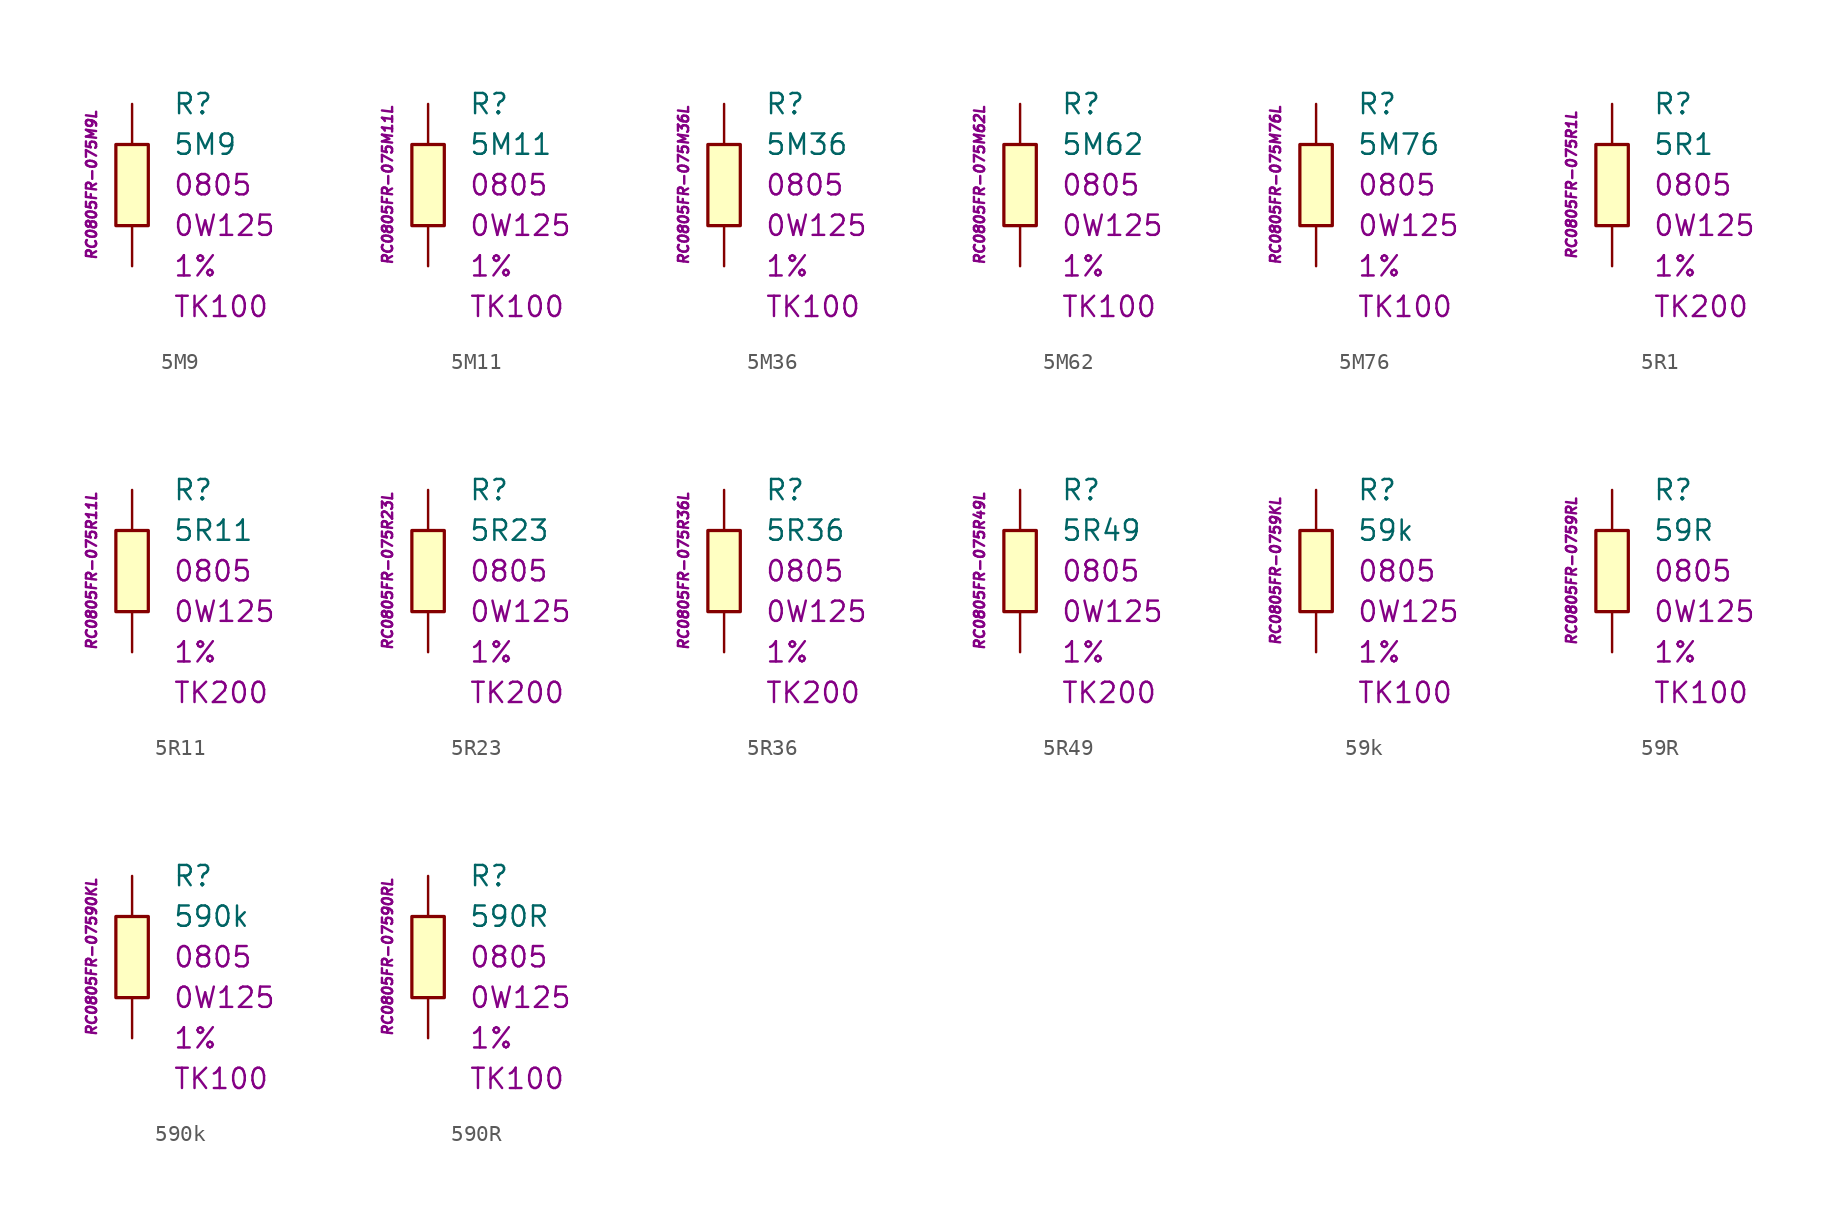
<source format=kicad_sym>
(kicad_symbol_lib
  (version 20201005)
  (generator kicad_symbol_editor)
  (symbol "5M9"
    (pin_numbers hide)
    (pin_names
      (offset 1.016) hide)
    (property "Reference" "R"
      (at 2.54 5.08 0)
      (effects (font (size 1.27 1.27)) (justify left)))
    (property "Value" "5M9"
      (at 2.54 2.54 0)
      (effects (font (size 1.27 1.27)) (justify left)))
    (property "Package" "0805"
      (at 2.54 0 0)
      (effects (font (size 1.27 1.27)) (justify left)))
    (property "Power" "0W125"
      (at 2.54 -2.54 0)
      (effects (font (size 1.27 1.27)) (justify left)))
    (property "Tolerance" "1%"
      (at 2.54 -5.08 0)
      (effects (font (size 1.27 1.27)) (justify left)))
    (property "TK" "TK100"
      (at 2.54 -7.62 0)
      (effects (font (size 1.27 1.27)) (justify left)))
    (property "ID" "RC0805FR-075M9L"
      (at -2.54 0 90)
      (effects (font (size 0.635 0.635) italic)))
    (symbol "5M9_0_1"
      (rectangle (start -1.016 2.54) (end 1.016 -2.54) (stroke (width 0.203)) (fill (type background))))
    (symbol "5M9_1_1"
      (pin passive line (at 0 5.08 270) (length 2.54) (name "~" (effects (font (size 1.778 1.778)))) (number "1" (effects (font (size 1.778 1.778)))))
      (pin passive line (at 0 -5.08 90) (length 2.54) (name "~" (effects (font (size 1.778 1.778)))) (number "2" (effects (font (size 1.778 1.778)))))))
  (symbol "5M11"
    (pin_numbers hide)
    (pin_names
      (offset 1.016) hide)
    (property "Reference" "R"
      (at 2.54 5.08 0)
      (effects (font (size 1.27 1.27)) (justify left)))
    (property "Value" "5M11"
      (at 2.54 2.54 0)
      (effects (font (size 1.27 1.27)) (justify left)))
    (property "Package" "0805"
      (at 2.54 0 0)
      (effects (font (size 1.27 1.27)) (justify left)))
    (property "Power" "0W125"
      (at 2.54 -2.54 0)
      (effects (font (size 1.27 1.27)) (justify left)))
    (property "Tolerance" "1%"
      (at 2.54 -5.08 0)
      (effects (font (size 1.27 1.27)) (justify left)))
    (property "TK" "TK100"
      (at 2.54 -7.62 0)
      (effects (font (size 1.27 1.27)) (justify left)))
    (property "ID" "RC0805FR-075M11L"
      (at -2.54 0 90)
      (effects (font (size 0.635 0.635) italic)))
    (symbol "5M11_0_1"
      (rectangle (start -1.016 2.54) (end 1.016 -2.54) (stroke (width 0.203)) (fill (type background))))
    (symbol "5M11_1_1"
      (pin passive line (at 0 5.08 270) (length 2.54) (name "~" (effects (font (size 1.778 1.778)))) (number "1" (effects (font (size 1.778 1.778)))))
      (pin passive line (at 0 -5.08 90) (length 2.54) (name "~" (effects (font (size 1.778 1.778)))) (number "2" (effects (font (size 1.778 1.778)))))))
  (symbol "5M36"
    (pin_numbers hide)
    (pin_names
      (offset 1.016) hide)
    (property "Reference" "R"
      (at 2.54 5.08 0)
      (effects (font (size 1.27 1.27)) (justify left)))
    (property "Value" "5M36"
      (at 2.54 2.54 0)
      (effects (font (size 1.27 1.27)) (justify left)))
    (property "Package" "0805"
      (at 2.54 0 0)
      (effects (font (size 1.27 1.27)) (justify left)))
    (property "Power" "0W125"
      (at 2.54 -2.54 0)
      (effects (font (size 1.27 1.27)) (justify left)))
    (property "Tolerance" "1%"
      (at 2.54 -5.08 0)
      (effects (font (size 1.27 1.27)) (justify left)))
    (property "TK" "TK100"
      (at 2.54 -7.62 0)
      (effects (font (size 1.27 1.27)) (justify left)))
    (property "ID" "RC0805FR-075M36L"
      (at -2.54 0 90)
      (effects (font (size 0.635 0.635) italic)))
    (symbol "5M36_0_1"
      (rectangle (start -1.016 2.54) (end 1.016 -2.54) (stroke (width 0.203)) (fill (type background))))
    (symbol "5M36_1_1"
      (pin passive line (at 0 5.08 270) (length 2.54) (name "~" (effects (font (size 1.778 1.778)))) (number "1" (effects (font (size 1.778 1.778)))))
      (pin passive line (at 0 -5.08 90) (length 2.54) (name "~" (effects (font (size 1.778 1.778)))) (number "2" (effects (font (size 1.778 1.778)))))))
  (symbol "5M62"
    (pin_numbers hide)
    (pin_names
      (offset 1.016) hide)
    (property "Reference" "R"
      (at 2.54 5.08 0)
      (effects (font (size 1.27 1.27)) (justify left)))
    (property "Value" "5M62"
      (at 2.54 2.54 0)
      (effects (font (size 1.27 1.27)) (justify left)))
    (property "Package" "0805"
      (at 2.54 0 0)
      (effects (font (size 1.27 1.27)) (justify left)))
    (property "Power" "0W125"
      (at 2.54 -2.54 0)
      (effects (font (size 1.27 1.27)) (justify left)))
    (property "Tolerance" "1%"
      (at 2.54 -5.08 0)
      (effects (font (size 1.27 1.27)) (justify left)))
    (property "TK" "TK100"
      (at 2.54 -7.62 0)
      (effects (font (size 1.27 1.27)) (justify left)))
    (property "ID" "RC0805FR-075M62L"
      (at -2.54 0 90)
      (effects (font (size 0.635 0.635) italic)))
    (symbol "5M62_0_1"
      (rectangle (start -1.016 2.54) (end 1.016 -2.54) (stroke (width 0.203)) (fill (type background))))
    (symbol "5M62_1_1"
      (pin passive line (at 0 5.08 270) (length 2.54) (name "~" (effects (font (size 1.778 1.778)))) (number "1" (effects (font (size 1.778 1.778)))))
      (pin passive line (at 0 -5.08 90) (length 2.54) (name "~" (effects (font (size 1.778 1.778)))) (number "2" (effects (font (size 1.778 1.778)))))))
  (symbol "5M76"
    (pin_numbers hide)
    (pin_names
      (offset 1.016) hide)
    (property "Reference" "R"
      (at 2.54 5.08 0)
      (effects (font (size 1.27 1.27)) (justify left)))
    (property "Value" "5M76"
      (at 2.54 2.54 0)
      (effects (font (size 1.27 1.27)) (justify left)))
    (property "Package" "0805"
      (at 2.54 0 0)
      (effects (font (size 1.27 1.27)) (justify left)))
    (property "Power" "0W125"
      (at 2.54 -2.54 0)
      (effects (font (size 1.27 1.27)) (justify left)))
    (property "Tolerance" "1%"
      (at 2.54 -5.08 0)
      (effects (font (size 1.27 1.27)) (justify left)))
    (property "TK" "TK100"
      (at 2.54 -7.62 0)
      (effects (font (size 1.27 1.27)) (justify left)))
    (property "ID" "RC0805FR-075M76L"
      (at -2.54 0 90)
      (effects (font (size 0.635 0.635) italic)))
    (symbol "5M76_0_1"
      (rectangle (start -1.016 2.54) (end 1.016 -2.54) (stroke (width 0.203)) (fill (type background))))
    (symbol "5M76_1_1"
      (pin passive line (at 0 5.08 270) (length 2.54) (name "~" (effects (font (size 1.778 1.778)))) (number "1" (effects (font (size 1.778 1.778)))))
      (pin passive line (at 0 -5.08 90) (length 2.54) (name "~" (effects (font (size 1.778 1.778)))) (number "2" (effects (font (size 1.778 1.778)))))))
  (symbol "5R1"
    (pin_numbers hide)
    (pin_names
      (offset 1.016) hide)
    (property "Reference" "R"
      (at 2.54 5.08 0)
      (effects (font (size 1.27 1.27)) (justify left)))
    (property "Value" "5R1"
      (at 2.54 2.54 0)
      (effects (font (size 1.27 1.27)) (justify left)))
    (property "Package" "0805"
      (at 2.54 0 0)
      (effects (font (size 1.27 1.27)) (justify left)))
    (property "Power" "0W125"
      (at 2.54 -2.54 0)
      (effects (font (size 1.27 1.27)) (justify left)))
    (property "Tolerance" "1%"
      (at 2.54 -5.08 0)
      (effects (font (size 1.27 1.27)) (justify left)))
    (property "TK" "TK200"
      (at 2.54 -7.62 0)
      (effects (font (size 1.27 1.27)) (justify left)))
    (property "ID" "RC0805FR-075R1L"
      (at -2.54 0 90)
      (effects (font (size 0.635 0.635) italic)))
    (symbol "5R1_0_1"
      (rectangle (start -1.016 2.54) (end 1.016 -2.54) (stroke (width 0.203)) (fill (type background))))
    (symbol "5R1_1_1"
      (pin passive line (at 0 5.08 270) (length 2.54) (name "~" (effects (font (size 1.778 1.778)))) (number "1" (effects (font (size 1.778 1.778)))))
      (pin passive line (at 0 -5.08 90) (length 2.54) (name "~" (effects (font (size 1.778 1.778)))) (number "2" (effects (font (size 1.778 1.778)))))))
  (symbol "5R11"
    (pin_numbers hide)
    (pin_names
      (offset 1.016) hide)
    (property "Reference" "R"
      (at 2.54 5.08 0)
      (effects (font (size 1.27 1.27)) (justify left)))
    (property "Value" "5R11"
      (at 2.54 2.54 0)
      (effects (font (size 1.27 1.27)) (justify left)))
    (property "Package" "0805"
      (at 2.54 0 0)
      (effects (font (size 1.27 1.27)) (justify left)))
    (property "Power" "0W125"
      (at 2.54 -2.54 0)
      (effects (font (size 1.27 1.27)) (justify left)))
    (property "Tolerance" "1%"
      (at 2.54 -5.08 0)
      (effects (font (size 1.27 1.27)) (justify left)))
    (property "TK" "TK200"
      (at 2.54 -7.62 0)
      (effects (font (size 1.27 1.27)) (justify left)))
    (property "ID" "RC0805FR-075R11L"
      (at -2.54 0 90)
      (effects (font (size 0.635 0.635) italic)))
    (symbol "5R11_0_1"
      (rectangle (start -1.016 2.54) (end 1.016 -2.54) (stroke (width 0.203)) (fill (type background))))
    (symbol "5R11_1_1"
      (pin passive line (at 0 5.08 270) (length 2.54) (name "~" (effects (font (size 1.778 1.778)))) (number "1" (effects (font (size 1.778 1.778)))))
      (pin passive line (at 0 -5.08 90) (length 2.54) (name "~" (effects (font (size 1.778 1.778)))) (number "2" (effects (font (size 1.778 1.778)))))))
  (symbol "5R23"
    (pin_numbers hide)
    (pin_names
      (offset 1.016) hide)
    (property "Reference" "R"
      (at 2.54 5.08 0)
      (effects (font (size 1.27 1.27)) (justify left)))
    (property "Value" "5R23"
      (at 2.54 2.54 0)
      (effects (font (size 1.27 1.27)) (justify left)))
    (property "Package" "0805"
      (at 2.54 0 0)
      (effects (font (size 1.27 1.27)) (justify left)))
    (property "Power" "0W125"
      (at 2.54 -2.54 0)
      (effects (font (size 1.27 1.27)) (justify left)))
    (property "Tolerance" "1%"
      (at 2.54 -5.08 0)
      (effects (font (size 1.27 1.27)) (justify left)))
    (property "TK" "TK200"
      (at 2.54 -7.62 0)
      (effects (font (size 1.27 1.27)) (justify left)))
    (property "ID" "RC0805FR-075R23L"
      (at -2.54 0 90)
      (effects (font (size 0.635 0.635) italic)))
    (symbol "5R23_0_1"
      (rectangle (start -1.016 2.54) (end 1.016 -2.54) (stroke (width 0.203)) (fill (type background))))
    (symbol "5R23_1_1"
      (pin passive line (at 0 5.08 270) (length 2.54) (name "~" (effects (font (size 1.778 1.778)))) (number "1" (effects (font (size 1.778 1.778)))))
      (pin passive line (at 0 -5.08 90) (length 2.54) (name "~" (effects (font (size 1.778 1.778)))) (number "2" (effects (font (size 1.778 1.778)))))))
  (symbol "5R36"
    (pin_numbers hide)
    (pin_names
      (offset 1.016) hide)
    (property "Reference" "R"
      (at 2.54 5.08 0)
      (effects (font (size 1.27 1.27)) (justify left)))
    (property "Value" "5R36"
      (at 2.54 2.54 0)
      (effects (font (size 1.27 1.27)) (justify left)))
    (property "Package" "0805"
      (at 2.54 0 0)
      (effects (font (size 1.27 1.27)) (justify left)))
    (property "Power" "0W125"
      (at 2.54 -2.54 0)
      (effects (font (size 1.27 1.27)) (justify left)))
    (property "Tolerance" "1%"
      (at 2.54 -5.08 0)
      (effects (font (size 1.27 1.27)) (justify left)))
    (property "TK" "TK200"
      (at 2.54 -7.62 0)
      (effects (font (size 1.27 1.27)) (justify left)))
    (property "ID" "RC0805FR-075R36L"
      (at -2.54 0 90)
      (effects (font (size 0.635 0.635) italic)))
    (symbol "5R36_0_1"
      (rectangle (start -1.016 2.54) (end 1.016 -2.54) (stroke (width 0.203)) (fill (type background))))
    (symbol "5R36_1_1"
      (pin passive line (at 0 5.08 270) (length 2.54) (name "~" (effects (font (size 1.778 1.778)))) (number "1" (effects (font (size 1.778 1.778)))))
      (pin passive line (at 0 -5.08 90) (length 2.54) (name "~" (effects (font (size 1.778 1.778)))) (number "2" (effects (font (size 1.778 1.778)))))))
  (symbol "5R49"
    (pin_numbers hide)
    (pin_names
      (offset 1.016) hide)
    (property "Reference" "R"
      (at 2.54 5.08 0)
      (effects (font (size 1.27 1.27)) (justify left)))
    (property "Value" "5R49"
      (at 2.54 2.54 0)
      (effects (font (size 1.27 1.27)) (justify left)))
    (property "Package" "0805"
      (at 2.54 0 0)
      (effects (font (size 1.27 1.27)) (justify left)))
    (property "Power" "0W125"
      (at 2.54 -2.54 0)
      (effects (font (size 1.27 1.27)) (justify left)))
    (property "Tolerance" "1%"
      (at 2.54 -5.08 0)
      (effects (font (size 1.27 1.27)) (justify left)))
    (property "TK" "TK200"
      (at 2.54 -7.62 0)
      (effects (font (size 1.27 1.27)) (justify left)))
    (property "ID" "RC0805FR-075R49L"
      (at -2.54 0 90)
      (effects (font (size 0.635 0.635) italic)))
    (symbol "5R49_0_1"
      (rectangle (start -1.016 2.54) (end 1.016 -2.54) (stroke (width 0.203)) (fill (type background))))
    (symbol "5R49_1_1"
      (pin passive line (at 0 5.08 270) (length 2.54) (name "~" (effects (font (size 1.778 1.778)))) (number "1" (effects (font (size 1.778 1.778)))))
      (pin passive line (at 0 -5.08 90) (length 2.54) (name "~" (effects (font (size 1.778 1.778)))) (number "2" (effects (font (size 1.778 1.778)))))))
  (symbol "59k"
    (pin_numbers hide)
    (pin_names
      (offset 1.016) hide)
    (property "Reference" "R"
      (at 2.54 5.08 0)
      (effects (font (size 1.27 1.27)) (justify left)))
    (property "Value" "59k"
      (at 2.54 2.54 0)
      (effects (font (size 1.27 1.27)) (justify left)))
    (property "Package" "0805"
      (at 2.54 0 0)
      (effects (font (size 1.27 1.27)) (justify left)))
    (property "Power" "0W125"
      (at 2.54 -2.54 0)
      (effects (font (size 1.27 1.27)) (justify left)))
    (property "Tolerance" "1%"
      (at 2.54 -5.08 0)
      (effects (font (size 1.27 1.27)) (justify left)))
    (property "TK" "TK100"
      (at 2.54 -7.62 0)
      (effects (font (size 1.27 1.27)) (justify left)))
    (property "ID" "RC0805FR-0759KL"
      (at -2.54 0 90)
      (effects (font (size 0.635 0.635) italic)))
    (symbol "59k_0_1"
      (rectangle (start -1.016 2.54) (end 1.016 -2.54) (stroke (width 0.203)) (fill (type background))))
    (symbol "59k_1_1"
      (pin passive line (at 0 5.08 270) (length 2.54) (name "~" (effects (font (size 1.778 1.778)))) (number "1" (effects (font (size 1.778 1.778)))))
      (pin passive line (at 0 -5.08 90) (length 2.54) (name "~" (effects (font (size 1.778 1.778)))) (number "2" (effects (font (size 1.778 1.778)))))))
  (symbol "59R"
    (pin_numbers hide)
    (pin_names
      (offset 1.016) hide)
    (property "Reference" "R"
      (at 2.54 5.08 0)
      (effects (font (size 1.27 1.27)) (justify left)))
    (property "Value" "59R"
      (at 2.54 2.54 0)
      (effects (font (size 1.27 1.27)) (justify left)))
    (property "Package" "0805"
      (at 2.54 0 0)
      (effects (font (size 1.27 1.27)) (justify left)))
    (property "Power" "0W125"
      (at 2.54 -2.54 0)
      (effects (font (size 1.27 1.27)) (justify left)))
    (property "Tolerance" "1%"
      (at 2.54 -5.08 0)
      (effects (font (size 1.27 1.27)) (justify left)))
    (property "TK" "TK100"
      (at 2.54 -7.62 0)
      (effects (font (size 1.27 1.27)) (justify left)))
    (property "ID" "RC0805FR-0759RL"
      (at -2.54 0 90)
      (effects (font (size 0.635 0.635) italic)))
    (symbol "59R_0_1"
      (rectangle (start -1.016 2.54) (end 1.016 -2.54) (stroke (width 0.203)) (fill (type background))))
    (symbol "59R_1_1"
      (pin passive line (at 0 5.08 270) (length 2.54) (name "~" (effects (font (size 1.778 1.778)))) (number "1" (effects (font (size 1.778 1.778)))))
      (pin passive line (at 0 -5.08 90) (length 2.54) (name "~" (effects (font (size 1.778 1.778)))) (number "2" (effects (font (size 1.778 1.778)))))))
  (symbol "590k"
    (pin_numbers hide)
    (pin_names
      (offset 1.016) hide)
    (property "Reference" "R"
      (at 2.54 5.08 0)
      (effects (font (size 1.27 1.27)) (justify left)))
    (property "Value" "590k"
      (at 2.54 2.54 0)
      (effects (font (size 1.27 1.27)) (justify left)))
    (property "Package" "0805"
      (at 2.54 0 0)
      (effects (font (size 1.27 1.27)) (justify left)))
    (property "Power" "0W125"
      (at 2.54 -2.54 0)
      (effects (font (size 1.27 1.27)) (justify left)))
    (property "Tolerance" "1%"
      (at 2.54 -5.08 0)
      (effects (font (size 1.27 1.27)) (justify left)))
    (property "TK" "TK100"
      (at 2.54 -7.62 0)
      (effects (font (size 1.27 1.27)) (justify left)))
    (property "ID" "RC0805FR-07590KL"
      (at -2.54 0 90)
      (effects (font (size 0.635 0.635) italic)))
    (symbol "590k_0_1"
      (rectangle (start -1.016 2.54) (end 1.016 -2.54) (stroke (width 0.203)) (fill (type background))))
    (symbol "590k_1_1"
      (pin passive line (at 0 5.08 270) (length 2.54) (name "~" (effects (font (size 1.778 1.778)))) (number "1" (effects (font (size 1.778 1.778)))))
      (pin passive line (at 0 -5.08 90) (length 2.54) (name "~" (effects (font (size 1.778 1.778)))) (number "2" (effects (font (size 1.778 1.778)))))))
  (symbol "590R"
    (pin_numbers hide)
    (pin_names
      (offset 1.016) hide)
    (property "Reference" "R"
      (at 2.54 5.08 0)
      (effects (font (size 1.27 1.27)) (justify left)))
    (property "Value" "590R"
      (at 2.54 2.54 0)
      (effects (font (size 1.27 1.27)) (justify left)))
    (property "Package" "0805"
      (at 2.54 0 0)
      (effects (font (size 1.27 1.27)) (justify left)))
    (property "Power" "0W125"
      (at 2.54 -2.54 0)
      (effects (font (size 1.27 1.27)) (justify left)))
    (property "Tolerance" "1%"
      (at 2.54 -5.08 0)
      (effects (font (size 1.27 1.27)) (justify left)))
    (property "TK" "TK100"
      (at 2.54 -7.62 0)
      (effects (font (size 1.27 1.27)) (justify left)))
    (property "ID" "RC0805FR-07590RL"
      (at -2.54 0 90)
      (effects (font (size 0.635 0.635) italic)))
    (symbol "590R_0_1"
      (rectangle (start -1.016 2.54) (end 1.016 -2.54) (stroke (width 0.203)) (fill (type background))))
    (symbol "590R_1_1"
      (pin passive line (at 0 5.08 270) (length 2.54) (name "~" (effects (font (size 1.778 1.778)))) (number "1" (effects (font (size 1.778 1.778)))))
      (pin passive line (at 0 -5.08 90) (length 2.54) (name "~" (effects (font (size 1.778 1.778)))) (number "2" (effects (font (size 1.778 1.778))))))))
</source>
